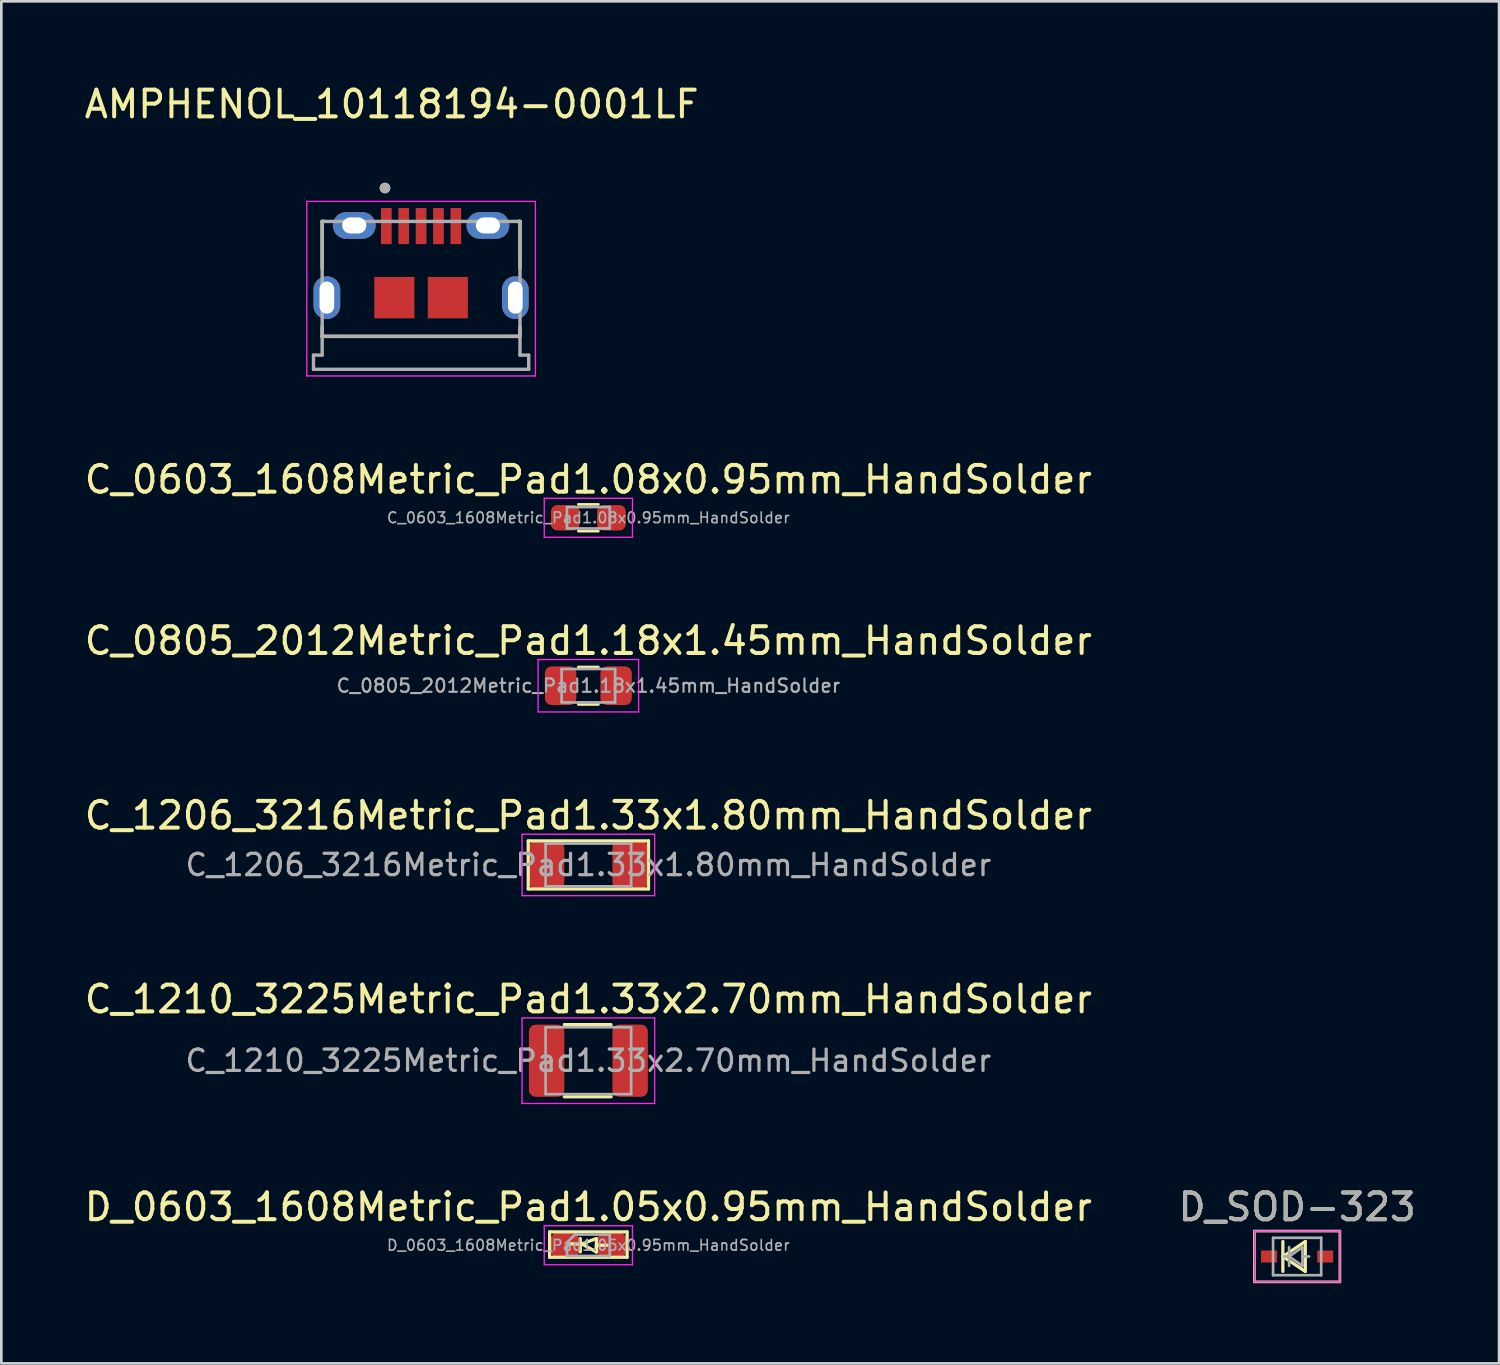
<source format=kicad_pcb>
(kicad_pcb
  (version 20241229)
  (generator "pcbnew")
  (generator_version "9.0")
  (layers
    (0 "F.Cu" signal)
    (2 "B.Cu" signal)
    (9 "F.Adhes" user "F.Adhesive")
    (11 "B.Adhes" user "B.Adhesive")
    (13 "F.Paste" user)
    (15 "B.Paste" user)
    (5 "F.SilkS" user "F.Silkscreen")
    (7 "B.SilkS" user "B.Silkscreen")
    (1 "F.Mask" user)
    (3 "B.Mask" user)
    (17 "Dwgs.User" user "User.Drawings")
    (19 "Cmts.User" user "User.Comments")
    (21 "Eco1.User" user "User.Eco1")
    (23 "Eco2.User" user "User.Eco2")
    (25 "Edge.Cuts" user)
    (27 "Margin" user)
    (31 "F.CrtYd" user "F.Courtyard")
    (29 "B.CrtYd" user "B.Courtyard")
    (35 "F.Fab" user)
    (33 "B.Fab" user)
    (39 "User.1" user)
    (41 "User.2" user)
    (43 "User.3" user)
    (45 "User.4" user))
  (footprint "D_SOD-323"
    (layer "F.Cu")
    (at 45.47 43.95)
    (property "Reference" "D_SOD-323" (at 0 -1.85 0) (layer "F.SilkS") (effects (font (size 1 1) (thickness 0.15))))
    (attr smd)
    (fp_line (start -1.6 -0.95) (end -1.6 0.95) (stroke (width 0.1) (type solid)) (layer "F.SilkS"))
    (fp_line (start -1.6 -0.95) (end 1.6 -0.95) (stroke (width 0.1) (type solid)) (layer "F.SilkS"))
    (fp_line (start -1.6 0.95) (end 1.6 0.95) (stroke (width 0.1) (type solid)) (layer "F.SilkS"))
    (fp_line (start -0.533 0) (end 0.305 -0.559) (stroke (width 0.12) (type default)) (layer "F.SilkS"))
    (fp_line (start -0.533 0) (end 0.305 0.559) (stroke (width 0.12) (type default)) (layer "F.SilkS"))
    (fp_line (start -0.533 0.559) (end -0.533 -0.559) (stroke (width 0.12) (type default)) (layer "F.SilkS"))
    (fp_line (start 0.305 0.559) (end 0.305 -0.559) (stroke (width 0.12) (type default)) (layer "F.SilkS"))
    (fp_line (start 1.6 -0.95) (end 1.6 0.95) (stroke (width 0.1) (type solid)) (layer "F.SilkS"))
    (fp_line (start -1.6 -0.95) (end -1.6 0.95) (stroke (width 0.05) (type solid)) (layer "F.CrtYd"))
    (fp_line (start -1.6 -0.95) (end 1.6 -0.95) (stroke (width 0.05) (type solid)) (layer "F.CrtYd"))
    (fp_line (start -1.6 0.95) (end 1.6 0.95) (stroke (width 0.05) (type solid)) (layer "F.CrtYd"))
    (fp_line (start 1.6 -0.95) (end 1.6 0.95) (stroke (width 0.05) (type solid)) (layer "F.CrtYd"))
    (fp_line (start -0.9 -0.7) (end 0.9 -0.7) (stroke (width 0.1) (type solid)) (layer "F.Fab"))
    (fp_line (start -0.9 0.7) (end -0.9 -0.7) (stroke (width 0.1) (type solid)) (layer "F.Fab"))
    (fp_line (start -0.3 -0.35) (end -0.3 0.35) (stroke (width 0.1) (type solid)) (layer "F.Fab"))
    (fp_line (start -0.3 0) (end -0.5 0) (stroke (width 0.1) (type solid)) (layer "F.Fab"))
    (fp_line (start -0.3 0) (end 0.2 -0.35) (stroke (width 0.1) (type solid)) (layer "F.Fab"))
    (fp_line (start 0.2 -0.35) (end 0.2 0.35) (stroke (width 0.1) (type solid)) (layer "F.Fab"))
    (fp_line (start 0.2 0) (end 0.45 0) (stroke (width 0.1) (type solid)) (layer "F.Fab"))
    (fp_line (start 0.2 0.35) (end -0.3 0) (stroke (width 0.1) (type solid)) (layer "F.Fab"))
    (fp_line (start 0.9 -0.7) (end 0.9 0.7) (stroke (width 0.1) (type solid)) (layer "F.Fab"))
    (fp_line (start 0.9 0.7) (end -0.9 0.7) (stroke (width 0.1) (type solid)) (layer "F.Fab"))
    (fp_text user "${REFERENCE}" (at 0 -1.85 0) (layer "F.Fab") (effects (font (size 1 1) (thickness 0.15))))
    (pad "1" smd rect (at -1.05 0) (size 0.6 0.45) (layers "F.Cu" "F.Mask" "F.Paste"))
    (pad "2" smd rect (at 1.05 0) (size 0.6 0.45) (layers "F.Cu" "F.Mask" "F.Paste")))
  (footprint "C_0603_1608Metric_Pad1.08x0.95mm_HandSolder"
    (layer "F.Cu")
    (at 18.958 16.317)
    (property "Reference" "C_0603_1608Metric_Pad1.08x0.95mm_HandSolder" (at 0 -1.43 0) (layer "F.SilkS") (effects (font (size 1 1) (thickness 0.15))))
    (attr smd)
    (fp_line (start -0.375 -0.5) (end 0.375 -0.5) (stroke (width 0.1) (type solid)) (layer "F.SilkS"))
    (fp_line (start -0.375 0.5) (end 0.375 0.5) (stroke (width 0.1) (type solid)) (layer "F.SilkS"))
    (fp_line (start -1.65 -0.73) (end 1.65 -0.73) (stroke (width 0.05) (type solid)) (layer "F.CrtYd"))
    (fp_line (start -1.65 0.73) (end -1.65 -0.73) (stroke (width 0.05) (type solid)) (layer "F.CrtYd"))
    (fp_line (start 1.65 -0.73) (end 1.65 0.73) (stroke (width 0.05) (type solid)) (layer "F.CrtYd"))
    (fp_line (start 1.65 0.73) (end -1.65 0.73) (stroke (width 0.05) (type solid)) (layer "F.CrtYd"))
    (fp_line (start -0.8 -0.4) (end 0.8 -0.4) (stroke (width 0.1) (type solid)) (layer "F.Fab"))
    (fp_line (start -0.8 0.4) (end -0.8 -0.4) (stroke (width 0.1) (type solid)) (layer "F.Fab"))
    (fp_line (start 0.8 -0.4) (end 0.8 0.4) (stroke (width 0.1) (type solid)) (layer "F.Fab"))
    (fp_line (start 0.8 0.4) (end -0.8 0.4) (stroke (width 0.1) (type solid)) (layer "F.Fab"))
    (fp_text user "${REFERENCE}" (at 0 0 0) (layer "F.Fab") (effects (font (size 0.4 0.4) (thickness 0.06))))
    (pad "1" smd roundrect (at -0.863 0) (size 1.075 0.95) (layers "F.Cu" "F.Mask" "F.Paste") (roundrect_rratio 0.25))
    (pad "2" smd roundrect (at 0.863 0) (size 1.075 0.95) (layers "F.Cu" "F.Mask" "F.Paste") (roundrect_rratio 0.25)))
  (footprint "C_1210_3225Metric_Pad1.33x2.70mm_HandSolder"
    (layer "F.Cu")
    (at 18.958 36.626)
    (property "Reference" "C_1210_3225Metric_Pad1.33x2.70mm_HandSolder" (at 0 -2.3 0) (layer "F.SilkS") (effects (font (size 1 1) (thickness 0.15))))
    (attr smd)
    (fp_line (start -0.9 -1.35) (end 0.85 -1.35) (stroke (width 0.12) (type solid)) (layer "F.SilkS"))
    (fp_line (start -0.9 1.35) (end 0.85 1.35) (stroke (width 0.12) (type solid)) (layer "F.SilkS"))
    (fp_line (start -2.48 -1.6) (end 2.48 -1.6) (stroke (width 0.05) (type solid)) (layer "F.CrtYd"))
    (fp_line (start -2.48 1.6) (end -2.48 -1.6) (stroke (width 0.05) (type solid)) (layer "F.CrtYd"))
    (fp_line (start 2.48 -1.6) (end 2.48 1.6) (stroke (width 0.05) (type solid)) (layer "F.CrtYd"))
    (fp_line (start 2.48 1.6) (end -2.48 1.6) (stroke (width 0.05) (type solid)) (layer "F.CrtYd"))
    (fp_line (start -1.6 -1.25) (end 1.6 -1.25) (stroke (width 0.1) (type solid)) (layer "F.Fab"))
    (fp_line (start -1.6 1.25) (end -1.6 -1.25) (stroke (width 0.1) (type solid)) (layer "F.Fab"))
    (fp_line (start 1.6 -1.25) (end 1.6 1.25) (stroke (width 0.1) (type solid)) (layer "F.Fab"))
    (fp_line (start 1.6 1.25) (end -1.6 1.25) (stroke (width 0.1) (type solid)) (layer "F.Fab"))
    (fp_text user "${REFERENCE}" (at 0 0 0) (layer "F.Fab") (effects (font (size 0.8 0.8) (thickness 0.12))))
    (pad "1" smd roundrect (at -1.562 0) (size 1.325 2.7) (layers "F.Cu" "F.Mask" "F.Paste") (roundrect_rratio 0.189))
    (pad "2" smd roundrect (at 1.562 0) (size 1.325 2.7) (layers "F.Cu" "F.Mask" "F.Paste") (roundrect_rratio 0.189)))
  (footprint "AMPHENOL_10118194-0001LF"
    (layer "F.Cu")
    (at 12.701 8.083)
    (property "Reference" "AMPHENOL_10118194-0001LF" (at -1.1 -7.235 0) (layer "F.SilkS") (effects (font (size 1 1) (thickness 0.15))))
    (fp_line (start -3.7 -2.85) (end -3.7 -1.095) (stroke (width 0.127) (type solid)) (layer "F.SilkS"))
    (fp_line (start -3.7 -2.85) (end -3.62 -2.85) (stroke (width 0.127) (type solid)) (layer "F.SilkS"))
    (fp_line (start -3.7 1.45) (end -3.7 1.095) (stroke (width 0.127) (type solid)) (layer "F.SilkS"))
    (fp_line (start -3.7 1.45) (end 3.7 1.45) (stroke (width 0.127) (type solid)) (layer "F.SilkS"))
    (fp_line (start 3.62 -2.85) (end 3.7 -2.85) (stroke (width 0.127) (type solid)) (layer "F.SilkS"))
    (fp_line (start 3.7 -1.095) (end 3.7 -2.85) (stroke (width 0.127) (type solid)) (layer "F.SilkS"))
    (fp_line (start 3.7 1.45) (end 3.7 1.095) (stroke (width 0.127) (type solid)) (layer "F.SilkS"))
    (fp_circle (center -1.35 -4.1) (end -1.25 -4.1) (stroke (width 0.2) (type solid)) (fill no) (layer "F.SilkS"))
    (fp_line (start -4.275 -3.6) (end -4.275 2.93) (stroke (width 0.05) (type solid)) (layer "F.CrtYd"))
    (fp_line (start -4.275 2.93) (end 4.275 2.93) (stroke (width 0.05) (type solid)) (layer "F.CrtYd"))
    (fp_line (start 4.275 -3.6) (end -4.275 -3.6) (stroke (width 0.05) (type solid)) (layer "F.CrtYd"))
    (fp_line (start 4.275 2.93) (end 4.275 -3.6) (stroke (width 0.05) (type solid)) (layer "F.CrtYd"))
    (fp_line (start -4.025 2.15) (end -4.025 2.68) (stroke (width 0.127) (type solid)) (layer "F.Fab"))
    (fp_line (start -4.025 2.68) (end 4.025 2.68) (stroke (width 0.127) (type solid)) (layer "F.Fab"))
    (fp_line (start -3.7 -2.85) (end -3.7 1.45) (stroke (width 0.127) (type solid)) (layer "F.Fab"))
    (fp_line (start -3.7 -2.85) (end 3.7 -2.85) (stroke (width 0.127) (type solid)) (layer "F.Fab"))
    (fp_line (start -3.7 1.45) (end -3.7 2.15) (stroke (width 0.127) (type solid)) (layer "F.Fab"))
    (fp_line (start -3.7 1.45) (end 3.7 1.45) (stroke (width 0.127) (type solid)) (layer "F.Fab"))
    (fp_line (start -3.7 2.15) (end -4.025 2.15) (stroke (width 0.127) (type solid)) (layer "F.Fab"))
    (fp_line (start 3.7 1.45) (end 3.7 -2.85) (stroke (width 0.127) (type solid)) (layer "F.Fab"))
    (fp_line (start 3.7 2.15) (end 3.7 1.45) (stroke (width 0.127) (type solid)) (layer "F.Fab"))
    (fp_line (start 4.025 2.15) (end 3.7 2.15) (stroke (width 0.127) (type solid)) (layer "F.Fab"))
    (fp_line (start 4.025 2.68) (end 4.025 2.15) (stroke (width 0.127) (type solid)) (layer "F.Fab"))
    (fp_circle (center -1.35 -4.1) (end -1.25 -4.1) (stroke (width 0.2) (type solid)) (fill no) (layer "F.Fab"))
    (pad "1" smd rect (at -1.3 -2.675) (size 0.4 1.35) (layers "F.Cu" "F.Paste"))
    (pad "2" smd rect (at -0.65 -2.675) (size 0.4 1.35) (layers "F.Cu" "F.Paste"))
    (pad "3" smd rect (at 0 -2.675) (size 0.4 1.35) (layers "F.Cu" "F.Paste"))
    (pad "4" smd rect (at 0.65 -2.675) (size 0.4 1.35) (layers "F.Cu" "F.Paste"))
    (pad "5" smd rect (at 1.3 -2.675) (size 0.4 1.35) (layers "F.Cu" "F.Paste"))
    (pad "S1" thru_hole oval (at -2.5 -2.7) (size 1.6 1) (drill oval 0.9 0.6) (layers "*.Cu"))
    (pad "S2" thru_hole oval (at 2.5 -2.7) (size 1.6 1) (drill oval 0.9 0.6) (layers "*.Cu"))
    (pad "S3" thru_hole oval (at -3.525 0) (size 1 1.6) (drill oval 0.55 1.2) (layers "*.Cu"))
    (pad "S4" smd rect (at -1 0) (size 1.5 1.55) (layers "F.Cu" "F.Paste"))
    (pad "S5" smd rect (at 1 0) (size 1.5 1.55) (layers "F.Cu" "F.Paste"))
    (pad "S6" thru_hole oval (at 3.525 0) (size 1 1.6) (drill oval 0.55 1.2) (layers "*.Cu")))
  (footprint "C_0805_2012Metric_Pad1.18x1.45mm_HandSolder"
    (layer "F.Cu")
    (at 18.958 22.6)
    (property "Reference" "C_0805_2012Metric_Pad1.18x1.45mm_HandSolder" (at 0 -1.68 0) (layer "F.SilkS") (effects (font (size 1 1) (thickness 0.15))))
    (attr smd)
    (fp_line (start -0.375 -0.7) (end 0.375 -0.7) (stroke (width 0.1) (type solid)) (layer "F.SilkS"))
    (fp_line (start -0.375 0.7) (end 0.375 0.7) (stroke (width 0.1) (type solid)) (layer "F.SilkS"))
    (fp_line (start -1.88 -0.98) (end 1.88 -0.98) (stroke (width 0.05) (type solid)) (layer "F.CrtYd"))
    (fp_line (start -1.88 0.98) (end -1.88 -0.98) (stroke (width 0.05) (type solid)) (layer "F.CrtYd"))
    (fp_line (start 1.88 -0.98) (end 1.88 0.98) (stroke (width 0.05) (type solid)) (layer "F.CrtYd"))
    (fp_line (start 1.88 0.98) (end -1.88 0.98) (stroke (width 0.05) (type solid)) (layer "F.CrtYd"))
    (fp_line (start -1 -0.625) (end 1 -0.625) (stroke (width 0.1) (type solid)) (layer "F.Fab"))
    (fp_line (start -1 0.625) (end -1 -0.625) (stroke (width 0.1) (type solid)) (layer "F.Fab"))
    (fp_line (start 1 -0.625) (end 1 0.625) (stroke (width 0.1) (type solid)) (layer "F.Fab"))
    (fp_line (start 1 0.625) (end -1 0.625) (stroke (width 0.1) (type solid)) (layer "F.Fab"))
    (fp_text user "${REFERENCE}" (at 0 0 0) (layer "F.Fab") (effects (font (size 0.5 0.5) (thickness 0.08))))
    (pad "1" smd roundrect (at -1.038 0) (size 1.175 1.45) (layers "F.Cu" "F.Mask" "F.Paste") (roundrect_rratio 0.213))
    (pad "2" smd roundrect (at 1.038 0) (size 1.175 1.45) (layers "F.Cu" "F.Mask" "F.Paste") (roundrect_rratio 0.213)))
  (footprint "C_1206_3216Metric_Pad1.33x1.80mm_HandSolder"
    (layer "F.Cu")
    (at 18.958 29.303)
    (property "Reference" "C_1206_3216Metric_Pad1.33x1.80mm_HandSolder" (at 0 -1.85 0) (layer "F.SilkS") (effects (font (size 1 1) (thickness 0.15))))
    (attr smd)
    (fp_line (start -2.25 -0.9) (end -2.25 0.9) (stroke (width 0.12) (type default)) (layer "F.SilkS"))
    (fp_line (start -2.25 -0.9) (end 2.25 -0.9) (stroke (width 0.12) (type solid)) (layer "F.SilkS"))
    (fp_line (start -2.25 0.9) (end 2.25 0.9) (stroke (width 0.12) (type solid)) (layer "F.SilkS"))
    (fp_line (start 2.25 -0.9) (end 2.25 0.9) (stroke (width 0.12) (type default)) (layer "F.SilkS"))
    (fp_line (start -2.48 -1.15) (end 2.48 -1.15) (stroke (width 0.05) (type solid)) (layer "F.CrtYd"))
    (fp_line (start -2.48 1.15) (end -2.48 -1.15) (stroke (width 0.05) (type solid)) (layer "F.CrtYd"))
    (fp_line (start 2.48 -1.15) (end 2.48 1.15) (stroke (width 0.05) (type solid)) (layer "F.CrtYd"))
    (fp_line (start 2.48 1.15) (end -2.48 1.15) (stroke (width 0.05) (type solid)) (layer "F.CrtYd"))
    (fp_line (start -1.6 -0.8) (end 1.6 -0.8) (stroke (width 0.1) (type solid)) (layer "F.Fab"))
    (fp_line (start -1.6 0.8) (end -1.6 -0.8) (stroke (width 0.1) (type solid)) (layer "F.Fab"))
    (fp_line (start 1.6 -0.8) (end 1.6 0.8) (stroke (width 0.1) (type solid)) (layer "F.Fab"))
    (fp_line (start 1.6 0.8) (end -1.6 0.8) (stroke (width 0.1) (type solid)) (layer "F.Fab"))
    (fp_text user "${REFERENCE}" (at 0 0 0) (layer "F.Fab") (effects (font (size 0.8 0.8) (thickness 0.12))))
    (pad "1" smd roundrect (at -1.562 0) (size 1.325 1.8) (layers "F.Cu" "F.Mask" "F.Paste") (roundrect_rratio 0.189))
    (pad "2" smd roundrect (at 1.562 0) (size 1.325 1.8) (layers "F.Cu" "F.Mask" "F.Paste") (roundrect_rratio 0.189)))
  (footprint "D_0603_1608Metric_Pad1.05x0.95mm_HandSolder"
    (layer "F.Cu")
    (at 18.958 43.529)
    (property "Reference" "D_0603_1608Metric_Pad1.05x0.95mm_HandSolder" (at 0 -1.43 0) (layer "F.SilkS") (effects (font (size 1 1) (thickness 0.15))))
    (attr smd)
    (fp_line (start -1.45 -0.5) (end -1.45 0.45) (stroke (width 0.12) (type default)) (layer "F.SilkS"))
    (fp_line (start -0.7 -0.05) (end -0.3 -0.05) (stroke (width 0.12) (type default)) (layer "F.SilkS"))
    (fp_line (start -0.3 0.25) (end -0.3 -0.25) (stroke (width 0.12) (type default)) (layer "F.SilkS"))
    (fp_line (start -0.25 -0.05) (end 0.3 -0.25) (stroke (width 0.12) (type default)) (layer "F.SilkS"))
    (fp_line (start -0.25 -0.05) (end 0.3 0.25) (stroke (width 0.12) (type default)) (layer "F.SilkS"))
    (fp_line (start 0.3 0) (end 0.7 0) (stroke (width 0.12) (type default)) (layer "F.SilkS"))
    (fp_line (start 0.3 0.25) (end 0.3 -0.25) (stroke (width 0.12) (type default)) (layer "F.SilkS"))
    (fp_line (start 0.3 0.25) (end 0.3 0) (stroke (width 0.12) (type default)) (layer "F.SilkS"))
    (fp_line (start 1.45 -0.5) (end -1.45 -0.5) (stroke (width 0.12) (type solid)) (layer "F.SilkS"))
    (fp_line (start 1.45 -0.5) (end 1.45 0.45) (stroke (width 0.12) (type default)) (layer "F.SilkS"))
    (fp_line (start 1.45 0.45) (end -1.45 0.45) (stroke (width 0.12) (type solid)) (layer "F.SilkS"))
    (fp_line (start -1.65 -0.73) (end 1.65 -0.73) (stroke (width 0.05) (type solid)) (layer "F.CrtYd"))
    (fp_line (start -1.65 0.73) (end -1.65 -0.73) (stroke (width 0.05) (type solid)) (layer "F.CrtYd"))
    (fp_line (start 1.65 -0.73) (end 1.65 0.73) (stroke (width 0.05) (type solid)) (layer "F.CrtYd"))
    (fp_line (start 1.65 0.73) (end -1.65 0.73) (stroke (width 0.05) (type solid)) (layer "F.CrtYd"))
    (fp_line (start -0.8 -0.1) (end -0.8 0.4) (stroke (width 0.1) (type solid)) (layer "F.Fab"))
    (fp_line (start -0.8 0.4) (end 0.8 0.4) (stroke (width 0.1) (type solid)) (layer "F.Fab"))
    (fp_line (start -0.5 -0.4) (end -0.8 -0.1) (stroke (width 0.1) (type solid)) (layer "F.Fab"))
    (fp_line (start 0.8 -0.4) (end -0.5 -0.4) (stroke (width 0.1) (type solid)) (layer "F.Fab"))
    (fp_line (start 0.8 0.4) (end 0.8 -0.4) (stroke (width 0.1) (type solid)) (layer "F.Fab"))
    (fp_text user "${REFERENCE}" (at 0 0 0) (layer "F.Fab") (effects (font (size 0.4 0.4) (thickness 0.06))))
    (pad "1" smd roundrect (at -0.875 0) (size 1.05 0.95) (layers "F.Cu" "F.Mask" "F.Paste") (roundrect_rratio 0.25))
    (pad "2" smd roundrect (at 0.875 0) (size 1.05 0.95) (layers "F.Cu" "F.Mask" "F.Paste") (roundrect_rratio 0.25)))
  (gr_rect
    (start -3 -3)
    (end 53.024 47.95)
    (stroke (width 0.1) (type default))
    (fill no)
    (layer "Edge.Cuts")))
</source>
